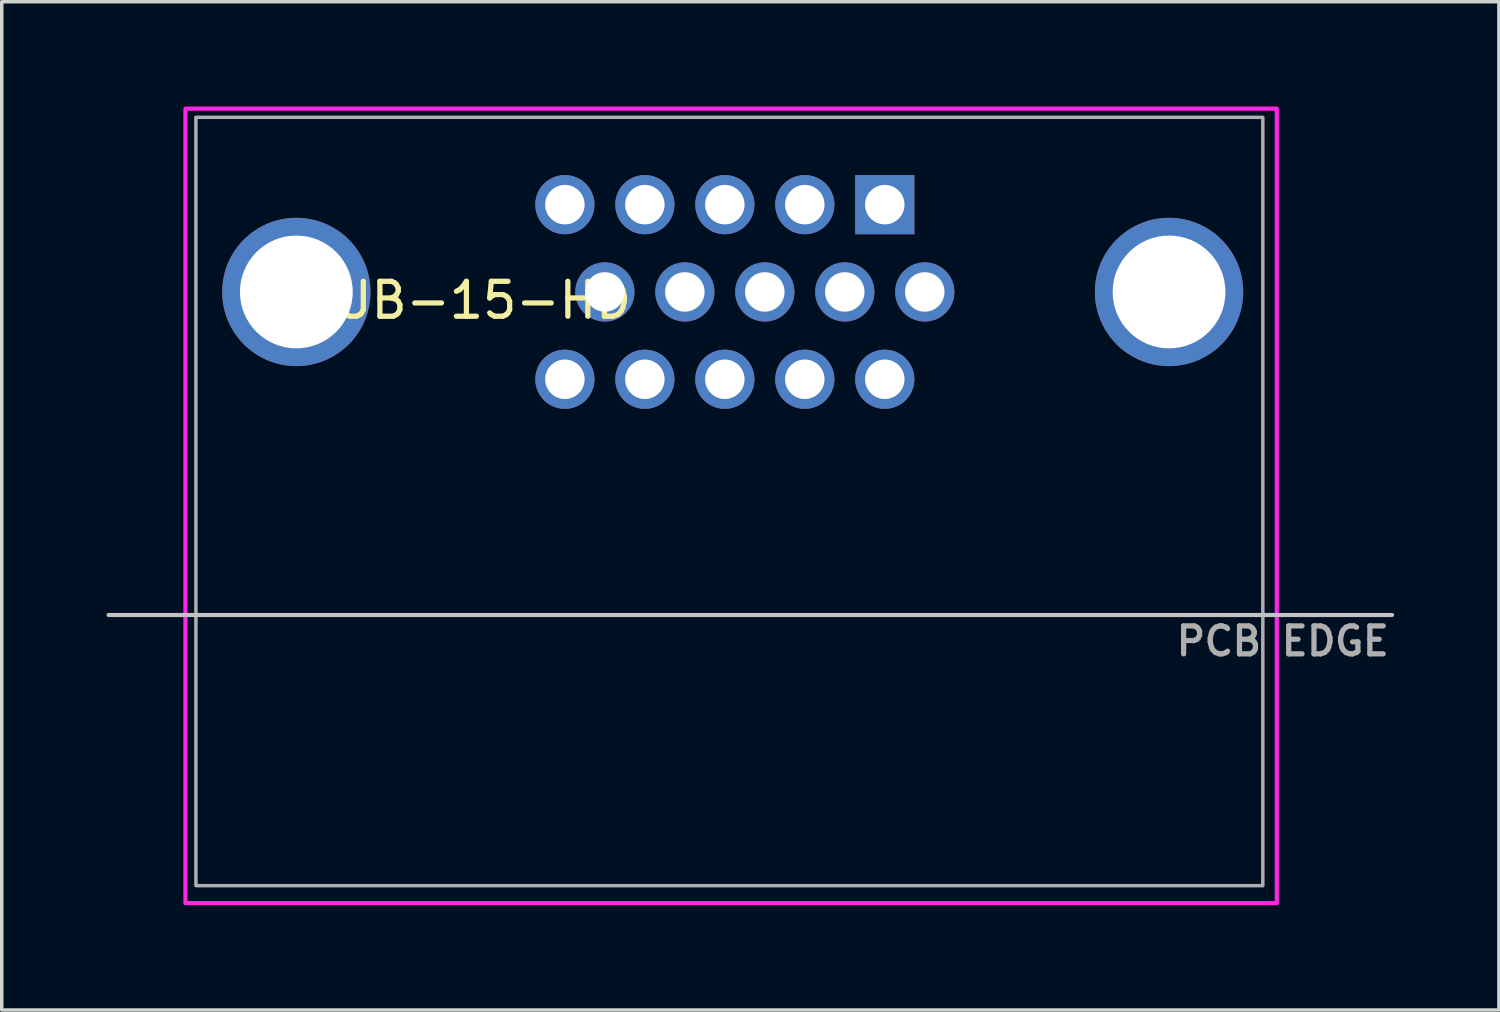
<source format=kicad_pcb>
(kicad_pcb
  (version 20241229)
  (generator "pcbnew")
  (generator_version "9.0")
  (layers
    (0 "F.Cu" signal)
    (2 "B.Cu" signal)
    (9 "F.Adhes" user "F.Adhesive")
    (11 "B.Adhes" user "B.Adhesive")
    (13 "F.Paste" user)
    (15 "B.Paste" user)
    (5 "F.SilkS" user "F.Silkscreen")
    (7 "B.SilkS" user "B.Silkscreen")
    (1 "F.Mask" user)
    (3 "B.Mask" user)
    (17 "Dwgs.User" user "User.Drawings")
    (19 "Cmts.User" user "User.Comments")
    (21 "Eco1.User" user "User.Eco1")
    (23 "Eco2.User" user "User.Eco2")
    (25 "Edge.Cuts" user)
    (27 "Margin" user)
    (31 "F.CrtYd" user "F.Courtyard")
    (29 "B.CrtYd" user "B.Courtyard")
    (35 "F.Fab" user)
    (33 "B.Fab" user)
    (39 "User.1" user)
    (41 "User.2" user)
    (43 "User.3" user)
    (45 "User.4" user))
  (footprint "DSUB-15-HD"
    (layer "F.Cu")
    (at 17.56 5.31)
    (property "Reference" "DSUB-15-HD" (at -7.755 0.24 0) (unlocked yes) (layer "F.SilkS") (effects (font (size 1 1) (thickness 0.15))))
    (attr smd)
    (fp_line (start 19.25 9.25) (end -17.5 9.25) (stroke (width 0.12) (type solid)) (layer "Dwgs.User"))
    (fp_rect (start -15.3 -5.25) (end 15.95 17.5) (stroke (width 0.12) (type solid)) (fill no) (layer "F.CrtYd"))
    (fp_rect (start -15 -5) (end 15.55 17) (stroke (width 0.1) (type solid)) (fill no) (layer "F.Fab"))
    (fp_text user "PCB EDGE" (at 16.12 10 0) (layer "F.Fab") (effects (font (size 0.8 0.8) (thickness 0.15))))
    (pad "0" thru_hole circle (at -12.125 0) (size 4.246 4.246) (drill 3.23) (layers "*.Cu" "*.Mask"))
    (pad "0" thru_hole circle (at 12.865 0) (size 4.246 4.246) (drill 3.23) (layers "*.Cu" "*.Mask"))
    (pad "1" thru_hole rect (at 4.725 -2.5) (size 1.695 1.695) (drill 1.13) (layers "*.Cu" "*.Mask"))
    (pad "2" thru_hole circle (at 2.435 -2.5) (size 1.695 1.695) (drill 1.13) (layers "*.Cu" "*.Mask"))
    (pad "3" thru_hole circle (at 0.145 -2.5) (size 1.695 1.695) (drill 1.13) (layers "*.Cu" "*.Mask"))
    (pad "4" thru_hole circle (at -2.145 -2.5) (size 1.695 1.695) (drill 1.13) (layers "*.Cu" "*.Mask"))
    (pad "5" thru_hole circle (at -4.435 -2.5) (size 1.695 1.695) (drill 1.13) (layers "*.Cu" "*.Mask"))
    (pad "6" thru_hole circle (at 5.87 0) (size 1.695 1.695) (drill 1.13) (layers "*.Cu" "*.Mask"))
    (pad "7" thru_hole circle (at 3.58 0) (size 1.695 1.695) (drill 1.13) (layers "*.Cu" "*.Mask"))
    (pad "8" thru_hole circle (at 1.29 0) (size 1.695 1.695) (drill 1.13) (layers "*.Cu" "*.Mask"))
    (pad "9" thru_hole circle (at -1 0) (size 1.695 1.695) (drill 1.13) (layers "*.Cu" "*.Mask"))
    (pad "10" thru_hole circle (at -3.29 0) (size 1.695 1.695) (drill 1.13) (layers "*.Cu" "*.Mask"))
    (pad "11" thru_hole circle (at 4.725 2.5) (size 1.695 1.695) (drill 1.13) (layers "*.Cu" "*.Mask"))
    (pad "12" thru_hole circle (at 2.435 2.5) (size 1.695 1.695) (drill 1.13) (layers "*.Cu" "*.Mask"))
    (pad "13" thru_hole circle (at 0.145 2.5) (size 1.695 1.695) (drill 1.13) (layers "*.Cu" "*.Mask"))
    (pad "14" thru_hole circle (at -2.145 2.5) (size 1.695 1.695) (drill 1.13) (layers "*.Cu" "*.Mask"))
    (pad "15" thru_hole circle (at -4.435 2.5) (size 1.695 1.695) (drill 1.13) (layers "*.Cu" "*.Mask")))
  (gr_rect
    (start -3 -3)
    (end 39.87 25.87)
    (stroke (width 0.1) (type default))
    (fill no)
    (layer "Edge.Cuts")))
</source>
